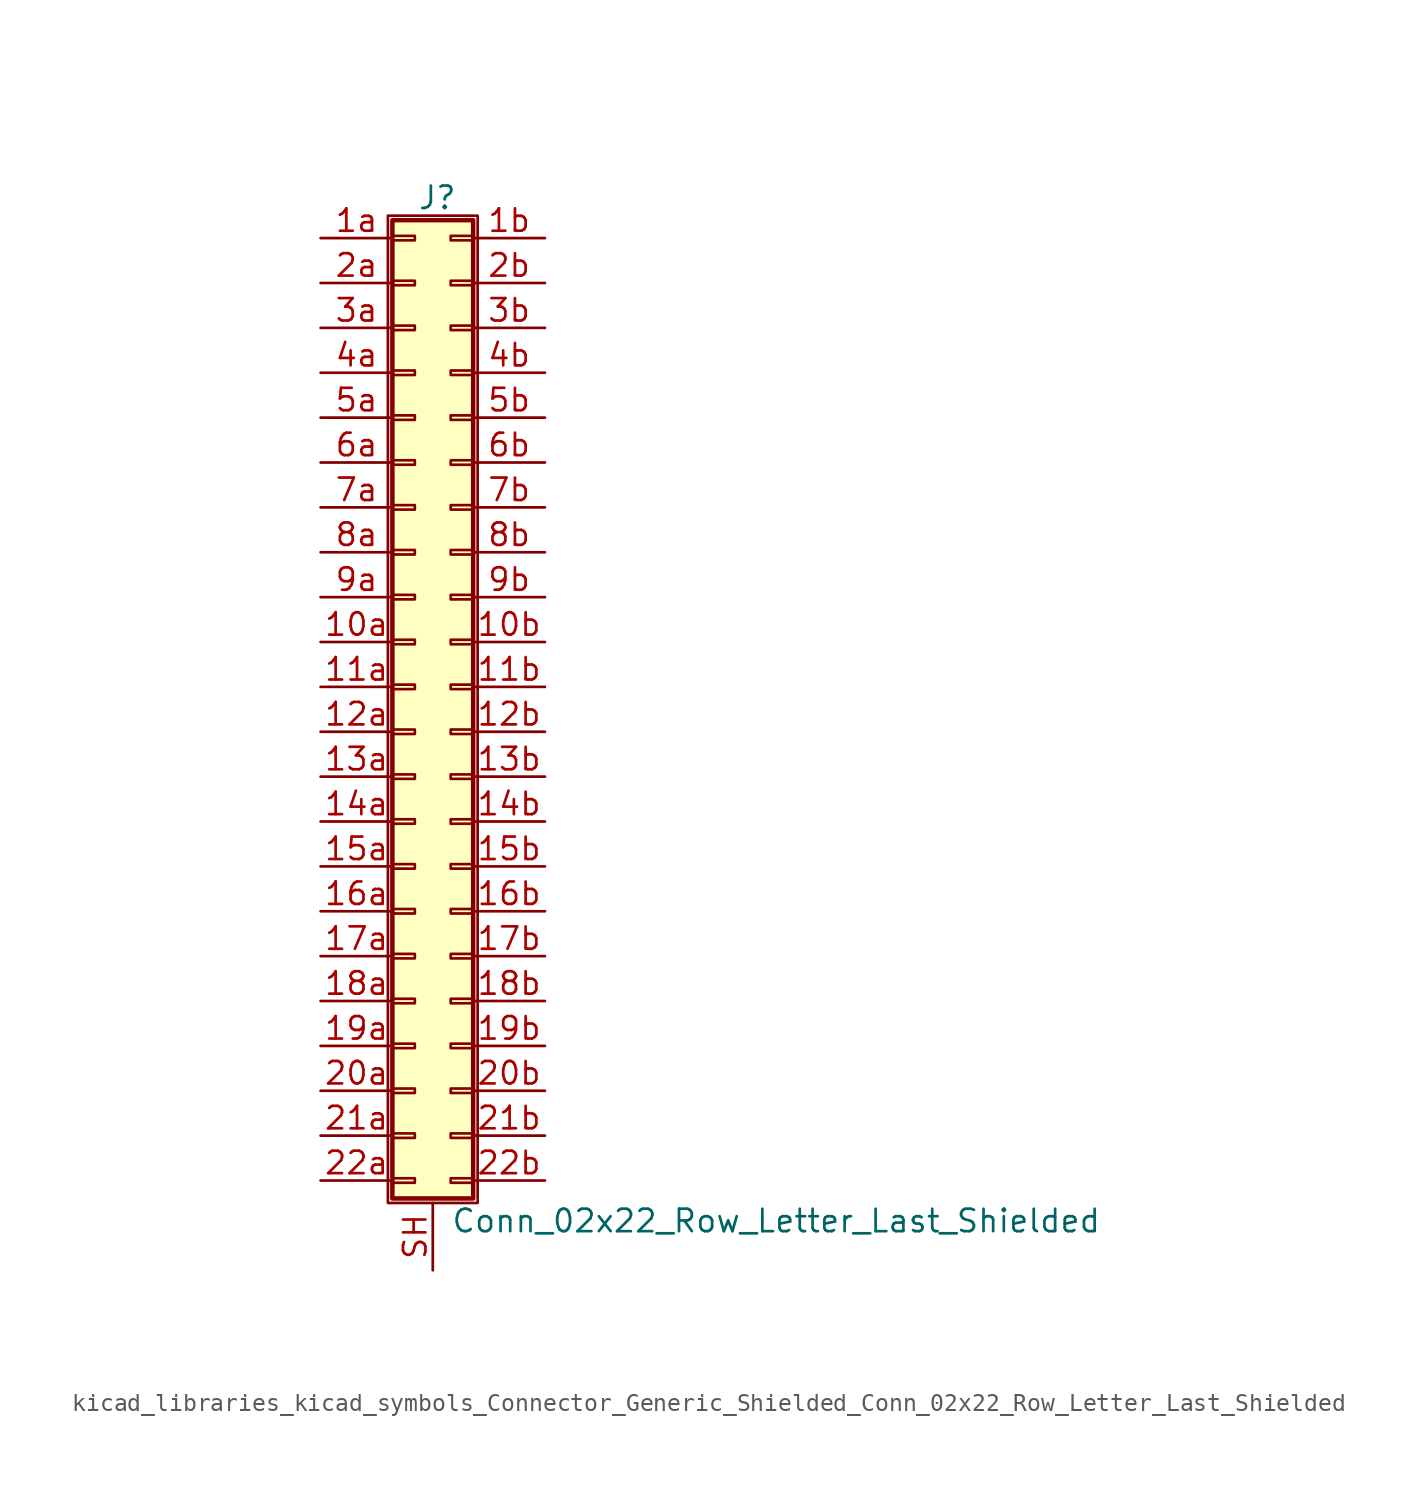
<source format=kicad_sym>
(kicad_symbol_lib
  (version 20220914)
  (generator kicad_symbol_editor)
  (symbol "kicad_libraries_kicad_symbols_Connector_Generic_Shielded_Conn_02x22_Row_Letter_Last_Shielded"
    (pin_names
      (offset 1.016) hide)
    (property "Reference" "J"
      (at 1.524 27.686 0)
      (effects (font (size 1.27 1.27))))
    (property "Value" "Conn_02x22_Row_Letter_Last_Shielded"
      (at 2.286 -30.226 0)
      (effects (font (size 1.27 1.27)) (justify left)))
    (symbol "kicad_libraries_kicad_symbols_Connector_Generic_Shielded_Conn_02x22_Row_Letter_Last_Shielded_1_1"
      (rectangle (start -1.27 26.67) (end 3.81 -29.21) (stroke (width 0.152) (type default)) (fill (type none)))
      (rectangle (start -1.016 -27.813) (end 0.254 -28.067) (stroke (width 0.152) (type default)) (fill (type none)))
      (rectangle (start -1.016 -25.273) (end 0.254 -25.527) (stroke (width 0.152) (type default)) (fill (type none)))
      (rectangle (start -1.016 -22.733) (end 0.254 -22.987) (stroke (width 0.152) (type default)) (fill (type none)))
      (rectangle (start -1.016 -20.193) (end 0.254 -20.447) (stroke (width 0.152) (type default)) (fill (type none)))
      (rectangle (start -1.016 -17.653) (end 0.254 -17.907) (stroke (width 0.152) (type default)) (fill (type none)))
      (rectangle (start -1.016 -15.113) (end 0.254 -15.367) (stroke (width 0.152) (type default)) (fill (type none)))
      (rectangle (start -1.016 -12.573) (end 0.254 -12.827) (stroke (width 0.152) (type default)) (fill (type none)))
      (rectangle (start -1.016 -10.033) (end 0.254 -10.287) (stroke (width 0.152) (type default)) (fill (type none)))
      (rectangle (start -1.016 -7.493) (end 0.254 -7.747) (stroke (width 0.152) (type default)) (fill (type none)))
      (rectangle (start -1.016 -4.953) (end 0.254 -5.207) (stroke (width 0.152) (type default)) (fill (type none)))
      (rectangle (start -1.016 -2.413) (end 0.254 -2.667) (stroke (width 0.152) (type default)) (fill (type none)))
      (rectangle (start -1.016 0.127) (end 0.254 -0.127) (stroke (width 0.152) (type default)) (fill (type none)))
      (rectangle (start -1.016 2.667) (end 0.254 2.413) (stroke (width 0.152) (type default)) (fill (type none)))
      (rectangle (start -1.016 5.207) (end 0.254 4.953) (stroke (width 0.152) (type default)) (fill (type none)))
      (rectangle (start -1.016 7.747) (end 0.254 7.493) (stroke (width 0.152) (type default)) (fill (type none)))
      (rectangle (start -1.016 10.287) (end 0.254 10.033) (stroke (width 0.152) (type default)) (fill (type none)))
      (rectangle (start -1.016 12.827) (end 0.254 12.573) (stroke (width 0.152) (type default)) (fill (type none)))
      (rectangle (start -1.016 15.367) (end 0.254 15.113) (stroke (width 0.152) (type default)) (fill (type none)))
      (rectangle (start -1.016 17.907) (end 0.254 17.653) (stroke (width 0.152) (type default)) (fill (type none)))
      (rectangle (start -1.016 20.447) (end 0.254 20.193) (stroke (width 0.152) (type default)) (fill (type none)))
      (rectangle (start -1.016 22.987) (end 0.254 22.733) (stroke (width 0.152) (type default)) (fill (type none)))
      (rectangle (start -1.016 25.527) (end 0.254 25.273) (stroke (width 0.152) (type default)) (fill (type none)))
      (rectangle (start -1.016 26.416) (end 3.556 -28.956) (stroke (width 0.254) (type default)) (fill (type background)))
      (rectangle (start 3.556 -27.813) (end 2.286 -28.067) (stroke (width 0.152) (type default)) (fill (type none)))
      (rectangle (start 3.556 -25.273) (end 2.286 -25.527) (stroke (width 0.152) (type default)) (fill (type none)))
      (rectangle (start 3.556 -22.733) (end 2.286 -22.987) (stroke (width 0.152) (type default)) (fill (type none)))
      (rectangle (start 3.556 -20.193) (end 2.286 -20.447) (stroke (width 0.152) (type default)) (fill (type none)))
      (rectangle (start 3.556 -17.653) (end 2.286 -17.907) (stroke (width 0.152) (type default)) (fill (type none)))
      (rectangle (start 3.556 -15.113) (end 2.286 -15.367) (stroke (width 0.152) (type default)) (fill (type none)))
      (rectangle (start 3.556 -12.573) (end 2.286 -12.827) (stroke (width 0.152) (type default)) (fill (type none)))
      (rectangle (start 3.556 -10.033) (end 2.286 -10.287) (stroke (width 0.152) (type default)) (fill (type none)))
      (rectangle (start 3.556 -7.493) (end 2.286 -7.747) (stroke (width 0.152) (type default)) (fill (type none)))
      (rectangle (start 3.556 -4.953) (end 2.286 -5.207) (stroke (width 0.152) (type default)) (fill (type none)))
      (rectangle (start 3.556 -2.413) (end 2.286 -2.667) (stroke (width 0.152) (type default)) (fill (type none)))
      (rectangle (start 3.556 0.127) (end 2.286 -0.127) (stroke (width 0.152) (type default)) (fill (type none)))
      (rectangle (start 3.556 2.667) (end 2.286 2.413) (stroke (width 0.152) (type default)) (fill (type none)))
      (rectangle (start 3.556 5.207) (end 2.286 4.953) (stroke (width 0.152) (type default)) (fill (type none)))
      (rectangle (start 3.556 7.747) (end 2.286 7.493) (stroke (width 0.152) (type default)) (fill (type none)))
      (rectangle (start 3.556 10.287) (end 2.286 10.033) (stroke (width 0.152) (type default)) (fill (type none)))
      (rectangle (start 3.556 12.827) (end 2.286 12.573) (stroke (width 0.152) (type default)) (fill (type none)))
      (rectangle (start 3.556 15.367) (end 2.286 15.113) (stroke (width 0.152) (type default)) (fill (type none)))
      (rectangle (start 3.556 17.907) (end 2.286 17.653) (stroke (width 0.152) (type default)) (fill (type none)))
      (rectangle (start 3.556 20.447) (end 2.286 20.193) (stroke (width 0.152) (type default)) (fill (type none)))
      (rectangle (start 3.556 22.987) (end 2.286 22.733) (stroke (width 0.152) (type default)) (fill (type none)))
      (rectangle (start 3.556 25.527) (end 2.286 25.273) (stroke (width 0.152) (type default)) (fill (type none)))
      (pin passive line (at -5.08 2.54 0) (length 4.064) (name "Pin_10a" (effects (font (size 1.27 1.27)))) (number "10a" (effects (font (size 1.27 1.27)))))
      (pin passive line (at 7.62 2.54 180) (length 4.064) (name "Pin_10b" (effects (font (size 1.27 1.27)))) (number "10b" (effects (font (size 1.27 1.27)))))
      (pin passive line (at -5.08 0 0) (length 4.064) (name "Pin_11a" (effects (font (size 1.27 1.27)))) (number "11a" (effects (font (size 1.27 1.27)))))
      (pin passive line (at 7.62 0 180) (length 4.064) (name "Pin_11b" (effects (font (size 1.27 1.27)))) (number "11b" (effects (font (size 1.27 1.27)))))
      (pin passive line (at -5.08 -2.54 0) (length 4.064) (name "Pin_12a" (effects (font (size 1.27 1.27)))) (number "12a" (effects (font (size 1.27 1.27)))))
      (pin passive line (at 7.62 -2.54 180) (length 4.064) (name "Pin_12b" (effects (font (size 1.27 1.27)))) (number "12b" (effects (font (size 1.27 1.27)))))
      (pin passive line (at -5.08 -5.08 0) (length 4.064) (name "Pin_13a" (effects (font (size 1.27 1.27)))) (number "13a" (effects (font (size 1.27 1.27)))))
      (pin passive line (at 7.62 -5.08 180) (length 4.064) (name "Pin_13b" (effects (font (size 1.27 1.27)))) (number "13b" (effects (font (size 1.27 1.27)))))
      (pin passive line (at -5.08 -7.62 0) (length 4.064) (name "Pin_14a" (effects (font (size 1.27 1.27)))) (number "14a" (effects (font (size 1.27 1.27)))))
      (pin passive line (at 7.62 -7.62 180) (length 4.064) (name "Pin_14b" (effects (font (size 1.27 1.27)))) (number "14b" (effects (font (size 1.27 1.27)))))
      (pin passive line (at -5.08 -10.16 0) (length 4.064) (name "Pin_15a" (effects (font (size 1.27 1.27)))) (number "15a" (effects (font (size 1.27 1.27)))))
      (pin passive line (at 7.62 -10.16 180) (length 4.064) (name "Pin_15b" (effects (font (size 1.27 1.27)))) (number "15b" (effects (font (size 1.27 1.27)))))
      (pin passive line (at -5.08 -12.7 0) (length 4.064) (name "Pin_16a" (effects (font (size 1.27 1.27)))) (number "16a" (effects (font (size 1.27 1.27)))))
      (pin passive line (at 7.62 -12.7 180) (length 4.064) (name "Pin_16b" (effects (font (size 1.27 1.27)))) (number "16b" (effects (font (size 1.27 1.27)))))
      (pin passive line (at -5.08 -15.24 0) (length 4.064) (name "Pin_17a" (effects (font (size 1.27 1.27)))) (number "17a" (effects (font (size 1.27 1.27)))))
      (pin passive line (at 7.62 -15.24 180) (length 4.064) (name "Pin_17b" (effects (font (size 1.27 1.27)))) (number "17b" (effects (font (size 1.27 1.27)))))
      (pin passive line (at -5.08 -17.78 0) (length 4.064) (name "Pin_18a" (effects (font (size 1.27 1.27)))) (number "18a" (effects (font (size 1.27 1.27)))))
      (pin passive line (at 7.62 -17.78 180) (length 4.064) (name "Pin_18b" (effects (font (size 1.27 1.27)))) (number "18b" (effects (font (size 1.27 1.27)))))
      (pin passive line (at -5.08 -20.32 0) (length 4.064) (name "Pin_19a" (effects (font (size 1.27 1.27)))) (number "19a" (effects (font (size 1.27 1.27)))))
      (pin passive line (at 7.62 -20.32 180) (length 4.064) (name "Pin_19b" (effects (font (size 1.27 1.27)))) (number "19b" (effects (font (size 1.27 1.27)))))
      (pin passive line (at -5.08 25.4 0) (length 4.064) (name "Pin_1a" (effects (font (size 1.27 1.27)))) (number "1a" (effects (font (size 1.27 1.27)))))
      (pin passive line (at 7.62 25.4 180) (length 4.064) (name "Pin_1b" (effects (font (size 1.27 1.27)))) (number "1b" (effects (font (size 1.27 1.27)))))
      (pin passive line (at -5.08 -22.86 0) (length 4.064) (name "Pin_20a" (effects (font (size 1.27 1.27)))) (number "20a" (effects (font (size 1.27 1.27)))))
      (pin passive line (at 7.62 -22.86 180) (length 4.064) (name "Pin_20b" (effects (font (size 1.27 1.27)))) (number "20b" (effects (font (size 1.27 1.27)))))
      (pin passive line (at -5.08 -25.4 0) (length 4.064) (name "Pin_21a" (effects (font (size 1.27 1.27)))) (number "21a" (effects (font (size 1.27 1.27)))))
      (pin passive line (at 7.62 -25.4 180) (length 4.064) (name "Pin_21b" (effects (font (size 1.27 1.27)))) (number "21b" (effects (font (size 1.27 1.27)))))
      (pin passive line (at -5.08 -27.94 0) (length 4.064) (name "Pin_22a" (effects (font (size 1.27 1.27)))) (number "22a" (effects (font (size 1.27 1.27)))))
      (pin passive line (at 7.62 -27.94 180) (length 4.064) (name "Pin_22b" (effects (font (size 1.27 1.27)))) (number "22b" (effects (font (size 1.27 1.27)))))
      (pin passive line (at -5.08 22.86 0) (length 4.064) (name "Pin_2a" (effects (font (size 1.27 1.27)))) (number "2a" (effects (font (size 1.27 1.27)))))
      (pin passive line (at 7.62 22.86 180) (length 4.064) (name "Pin_2b" (effects (font (size 1.27 1.27)))) (number "2b" (effects (font (size 1.27 1.27)))))
      (pin passive line (at -5.08 20.32 0) (length 4.064) (name "Pin_3a" (effects (font (size 1.27 1.27)))) (number "3a" (effects (font (size 1.27 1.27)))))
      (pin passive line (at 7.62 20.32 180) (length 4.064) (name "Pin_3b" (effects (font (size 1.27 1.27)))) (number "3b" (effects (font (size 1.27 1.27)))))
      (pin passive line (at -5.08 17.78 0) (length 4.064) (name "Pin_4a" (effects (font (size 1.27 1.27)))) (number "4a" (effects (font (size 1.27 1.27)))))
      (pin passive line (at 7.62 17.78 180) (length 4.064) (name "Pin_4b" (effects (font (size 1.27 1.27)))) (number "4b" (effects (font (size 1.27 1.27)))))
      (pin passive line (at -5.08 15.24 0) (length 4.064) (name "Pin_5a" (effects (font (size 1.27 1.27)))) (number "5a" (effects (font (size 1.27 1.27)))))
      (pin passive line (at 7.62 15.24 180) (length 4.064) (name "Pin_5b" (effects (font (size 1.27 1.27)))) (number "5b" (effects (font (size 1.27 1.27)))))
      (pin passive line (at -5.08 12.7 0) (length 4.064) (name "Pin_6a" (effects (font (size 1.27 1.27)))) (number "6a" (effects (font (size 1.27 1.27)))))
      (pin passive line (at 7.62 12.7 180) (length 4.064) (name "Pin_6b" (effects (font (size 1.27 1.27)))) (number "6b" (effects (font (size 1.27 1.27)))))
      (pin passive line (at -5.08 10.16 0) (length 4.064) (name "Pin_7a" (effects (font (size 1.27 1.27)))) (number "7a" (effects (font (size 1.27 1.27)))))
      (pin passive line (at 7.62 10.16 180) (length 4.064) (name "Pin_7b" (effects (font (size 1.27 1.27)))) (number "7b" (effects (font (size 1.27 1.27)))))
      (pin passive line (at -5.08 7.62 0) (length 4.064) (name "Pin_8a" (effects (font (size 1.27 1.27)))) (number "8a" (effects (font (size 1.27 1.27)))))
      (pin passive line (at 7.62 7.62 180) (length 4.064) (name "Pin_8b" (effects (font (size 1.27 1.27)))) (number "8b" (effects (font (size 1.27 1.27)))))
      (pin passive line (at -5.08 5.08 0) (length 4.064) (name "Pin_9a" (effects (font (size 1.27 1.27)))) (number "9a" (effects (font (size 1.27 1.27)))))
      (pin passive line (at 7.62 5.08 180) (length 4.064) (name "Pin_9b" (effects (font (size 1.27 1.27)))) (number "9b" (effects (font (size 1.27 1.27)))))
      (pin passive line (at 1.27 -33.02 90) (length 3.81) (name "Shield" (effects (font (size 1.27 1.27)))) (number "SH" (effects (font (size 1.27 1.27))))))))
</source>
